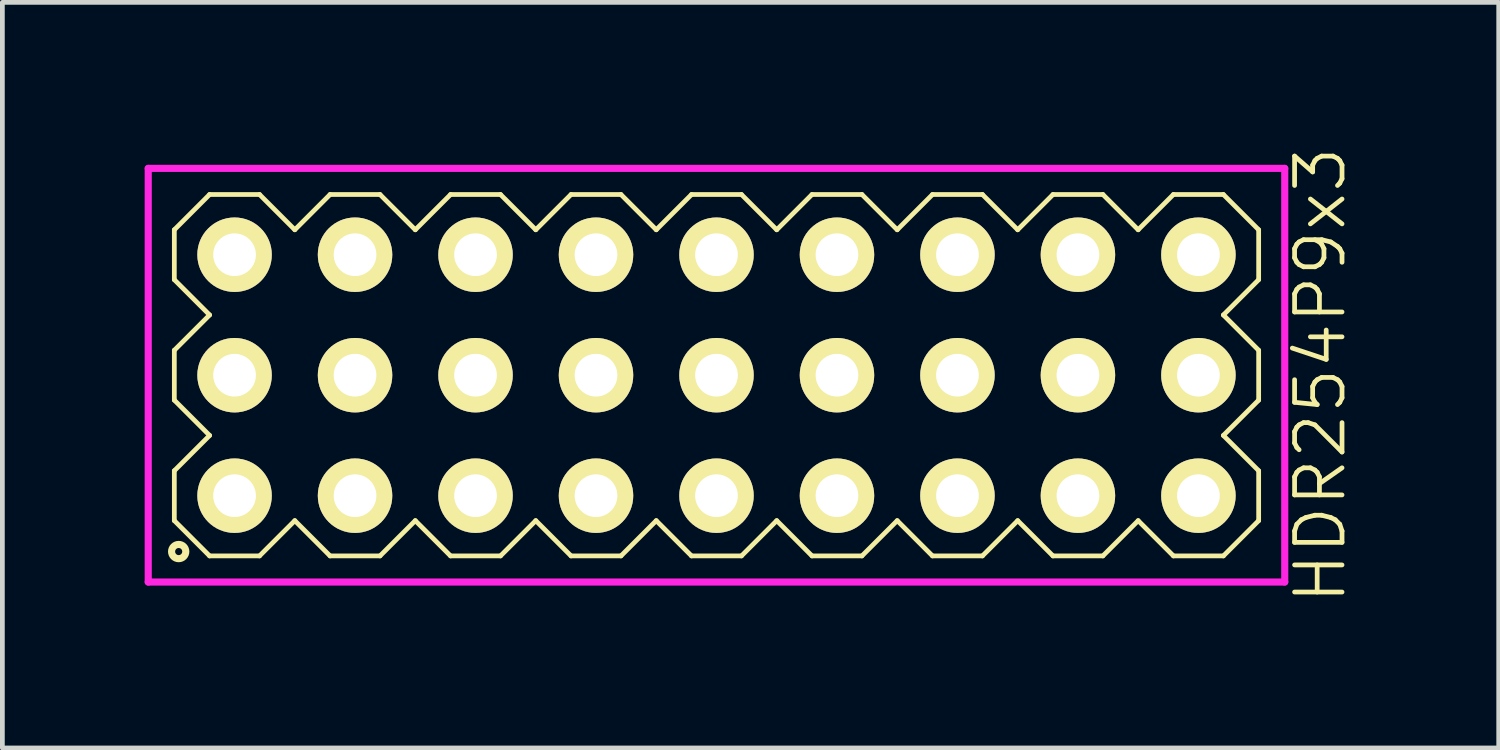
<source format=kicad_pcb>
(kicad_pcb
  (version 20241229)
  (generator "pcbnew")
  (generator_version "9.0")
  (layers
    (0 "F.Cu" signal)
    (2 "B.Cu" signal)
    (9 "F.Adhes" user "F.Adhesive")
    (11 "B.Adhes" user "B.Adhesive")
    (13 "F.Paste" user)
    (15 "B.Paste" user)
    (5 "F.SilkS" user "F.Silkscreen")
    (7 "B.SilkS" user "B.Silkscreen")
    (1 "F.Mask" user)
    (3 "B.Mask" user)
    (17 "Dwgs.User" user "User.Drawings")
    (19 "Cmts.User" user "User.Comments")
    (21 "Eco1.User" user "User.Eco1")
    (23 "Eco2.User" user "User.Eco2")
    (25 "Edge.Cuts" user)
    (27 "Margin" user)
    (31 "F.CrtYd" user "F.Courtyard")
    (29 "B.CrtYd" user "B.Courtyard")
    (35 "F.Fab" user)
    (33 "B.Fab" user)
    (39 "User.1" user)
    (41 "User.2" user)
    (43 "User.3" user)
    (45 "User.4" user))
  (footprint "HDR254P9x3"
    (layer "F.Cu")
    (at 12.055 4.86)
    (property "Reference" "HDR254P9x3" (at 12.73 0 90) (layer "F.SilkS") (effects (font (size 1 1) (thickness 0.1))))
    (attr through_hole)
    (fp_line (start -11.43 -3.066) (end -10.686 -3.81) (stroke (width 0.1) (type solid)) (layer "F.SilkS"))
    (fp_line (start -11.43 -2.014) (end -11.43 -3.066) (stroke (width 0.1) (type solid)) (layer "F.SilkS"))
    (fp_line (start -11.43 -0.526) (end -10.686 -1.27) (stroke (width 0.1) (type solid)) (layer "F.SilkS"))
    (fp_line (start -11.43 0.526) (end -11.43 -0.526) (stroke (width 0.1) (type solid)) (layer "F.SilkS"))
    (fp_line (start -11.43 2.014) (end -10.686 1.27) (stroke (width 0.1) (type solid)) (layer "F.SilkS"))
    (fp_line (start -11.43 3.066) (end -11.43 2.014) (stroke (width 0.1) (type solid)) (layer "F.SilkS"))
    (fp_line (start -10.686 -3.81) (end -9.634 -3.81) (stroke (width 0.1) (type solid)) (layer "F.SilkS"))
    (fp_line (start -10.686 -1.27) (end -11.43 -2.014) (stroke (width 0.1) (type solid)) (layer "F.SilkS"))
    (fp_line (start -10.686 1.27) (end -11.43 0.526) (stroke (width 0.1) (type solid)) (layer "F.SilkS"))
    (fp_line (start -10.686 3.81) (end -11.43 3.066) (stroke (width 0.1) (type solid)) (layer "F.SilkS"))
    (fp_line (start -9.634 -3.81) (end -8.89 -3.066) (stroke (width 0.1) (type solid)) (layer "F.SilkS"))
    (fp_line (start -9.634 3.81) (end -10.686 3.81) (stroke (width 0.1) (type solid)) (layer "F.SilkS"))
    (fp_line (start -8.89 -3.066) (end -8.146 -3.81) (stroke (width 0.1) (type solid)) (layer "F.SilkS"))
    (fp_line (start -8.89 3.066) (end -9.634 3.81) (stroke (width 0.1) (type solid)) (layer "F.SilkS"))
    (fp_line (start -8.146 -3.81) (end -7.094 -3.81) (stroke (width 0.1) (type solid)) (layer "F.SilkS"))
    (fp_line (start -8.146 3.81) (end -8.89 3.066) (stroke (width 0.1) (type solid)) (layer "F.SilkS"))
    (fp_line (start -7.094 -3.81) (end -6.35 -3.066) (stroke (width 0.1) (type solid)) (layer "F.SilkS"))
    (fp_line (start -7.094 3.81) (end -8.146 3.81) (stroke (width 0.1) (type solid)) (layer "F.SilkS"))
    (fp_line (start -6.35 -3.066) (end -5.606 -3.81) (stroke (width 0.1) (type solid)) (layer "F.SilkS"))
    (fp_line (start -6.35 3.066) (end -7.094 3.81) (stroke (width 0.1) (type solid)) (layer "F.SilkS"))
    (fp_line (start -5.606 -3.81) (end -4.554 -3.81) (stroke (width 0.1) (type solid)) (layer "F.SilkS"))
    (fp_line (start -5.606 3.81) (end -6.35 3.066) (stroke (width 0.1) (type solid)) (layer "F.SilkS"))
    (fp_line (start -4.554 -3.81) (end -3.81 -3.066) (stroke (width 0.1) (type solid)) (layer "F.SilkS"))
    (fp_line (start -4.554 3.81) (end -5.606 3.81) (stroke (width 0.1) (type solid)) (layer "F.SilkS"))
    (fp_line (start -3.81 -3.066) (end -3.066 -3.81) (stroke (width 0.1) (type solid)) (layer "F.SilkS"))
    (fp_line (start -3.81 3.066) (end -4.554 3.81) (stroke (width 0.1) (type solid)) (layer "F.SilkS"))
    (fp_line (start -3.066 -3.81) (end -2.014 -3.81) (stroke (width 0.1) (type solid)) (layer "F.SilkS"))
    (fp_line (start -3.066 3.81) (end -3.81 3.066) (stroke (width 0.1) (type solid)) (layer "F.SilkS"))
    (fp_line (start -2.014 -3.81) (end -1.27 -3.066) (stroke (width 0.1) (type solid)) (layer "F.SilkS"))
    (fp_line (start -2.014 3.81) (end -3.066 3.81) (stroke (width 0.1) (type solid)) (layer "F.SilkS"))
    (fp_line (start -1.27 -3.066) (end -0.526 -3.81) (stroke (width 0.1) (type solid)) (layer "F.SilkS"))
    (fp_line (start -1.27 3.066) (end -2.014 3.81) (stroke (width 0.1) (type solid)) (layer "F.SilkS"))
    (fp_line (start -0.526 -3.81) (end 0.526 -3.81) (stroke (width 0.1) (type solid)) (layer "F.SilkS"))
    (fp_line (start -0.526 3.81) (end -1.27 3.066) (stroke (width 0.1) (type solid)) (layer "F.SilkS"))
    (fp_line (start 0.526 -3.81) (end 1.27 -3.066) (stroke (width 0.1) (type solid)) (layer "F.SilkS"))
    (fp_line (start 0.526 3.81) (end -0.526 3.81) (stroke (width 0.1) (type solid)) (layer "F.SilkS"))
    (fp_line (start 1.27 -3.066) (end 2.014 -3.81) (stroke (width 0.1) (type solid)) (layer "F.SilkS"))
    (fp_line (start 1.27 3.066) (end 0.526 3.81) (stroke (width 0.1) (type solid)) (layer "F.SilkS"))
    (fp_line (start 2.014 -3.81) (end 3.066 -3.81) (stroke (width 0.1) (type solid)) (layer "F.SilkS"))
    (fp_line (start 2.014 3.81) (end 1.27 3.066) (stroke (width 0.1) (type solid)) (layer "F.SilkS"))
    (fp_line (start 3.066 -3.81) (end 3.81 -3.066) (stroke (width 0.1) (type solid)) (layer "F.SilkS"))
    (fp_line (start 3.066 3.81) (end 2.014 3.81) (stroke (width 0.1) (type solid)) (layer "F.SilkS"))
    (fp_line (start 3.81 -3.066) (end 4.554 -3.81) (stroke (width 0.1) (type solid)) (layer "F.SilkS"))
    (fp_line (start 3.81 3.066) (end 3.066 3.81) (stroke (width 0.1) (type solid)) (layer "F.SilkS"))
    (fp_line (start 4.554 -3.81) (end 5.606 -3.81) (stroke (width 0.1) (type solid)) (layer "F.SilkS"))
    (fp_line (start 4.554 3.81) (end 3.81 3.066) (stroke (width 0.1) (type solid)) (layer "F.SilkS"))
    (fp_line (start 5.606 -3.81) (end 6.35 -3.066) (stroke (width 0.1) (type solid)) (layer "F.SilkS"))
    (fp_line (start 5.606 3.81) (end 4.554 3.81) (stroke (width 0.1) (type solid)) (layer "F.SilkS"))
    (fp_line (start 6.35 -3.066) (end 7.094 -3.81) (stroke (width 0.1) (type solid)) (layer "F.SilkS"))
    (fp_line (start 6.35 3.066) (end 5.606 3.81) (stroke (width 0.1) (type solid)) (layer "F.SilkS"))
    (fp_line (start 7.094 -3.81) (end 8.146 -3.81) (stroke (width 0.1) (type solid)) (layer "F.SilkS"))
    (fp_line (start 7.094 3.81) (end 6.35 3.066) (stroke (width 0.1) (type solid)) (layer "F.SilkS"))
    (fp_line (start 8.146 -3.81) (end 8.89 -3.066) (stroke (width 0.1) (type solid)) (layer "F.SilkS"))
    (fp_line (start 8.146 3.81) (end 7.094 3.81) (stroke (width 0.1) (type solid)) (layer "F.SilkS"))
    (fp_line (start 8.89 -3.066) (end 9.634 -3.81) (stroke (width 0.1) (type solid)) (layer "F.SilkS"))
    (fp_line (start 8.89 3.066) (end 8.146 3.81) (stroke (width 0.1) (type solid)) (layer "F.SilkS"))
    (fp_line (start 9.634 -3.81) (end 10.686 -3.81) (stroke (width 0.1) (type solid)) (layer "F.SilkS"))
    (fp_line (start 9.634 3.81) (end 8.89 3.066) (stroke (width 0.1) (type solid)) (layer "F.SilkS"))
    (fp_line (start 10.686 -3.81) (end 11.43 -3.066) (stroke (width 0.1) (type solid)) (layer "F.SilkS"))
    (fp_line (start 10.686 -1.27) (end 11.43 -0.526) (stroke (width 0.1) (type solid)) (layer "F.SilkS"))
    (fp_line (start 10.686 1.27) (end 11.43 2.014) (stroke (width 0.1) (type solid)) (layer "F.SilkS"))
    (fp_line (start 10.686 3.81) (end 9.634 3.81) (stroke (width 0.1) (type solid)) (layer "F.SilkS"))
    (fp_line (start 11.43 -3.066) (end 11.43 -2.014) (stroke (width 0.1) (type solid)) (layer "F.SilkS"))
    (fp_line (start 11.43 -2.014) (end 10.686 -1.27) (stroke (width 0.1) (type solid)) (layer "F.SilkS"))
    (fp_line (start 11.43 -0.526) (end 11.43 0.526) (stroke (width 0.1) (type solid)) (layer "F.SilkS"))
    (fp_line (start 11.43 0.526) (end 10.686 1.27) (stroke (width 0.1) (type solid)) (layer "F.SilkS"))
    (fp_line (start 11.43 2.014) (end 11.43 3.066) (stroke (width 0.1) (type solid)) (layer "F.SilkS"))
    (fp_line (start 11.43 3.066) (end 10.686 3.81) (stroke (width 0.1) (type solid)) (layer "F.SilkS"))
    (fp_circle (center -11.338 3.718) (end -11.188 3.718) (stroke (width 0.15) (type solid)) (fill no) (layer "F.SilkS"))
    (fp_line (start -11.98 -4.36) (end -11.98 4.36) (stroke (width 0.15) (type solid)) (layer "F.CrtYd"))
    (fp_line (start -11.98 4.36) (end 11.98 4.36) (stroke (width 0.15) (type solid)) (layer "F.CrtYd"))
    (fp_line (start 11.98 -4.36) (end -11.98 -4.36) (stroke (width 0.15) (type solid)) (layer "F.CrtYd"))
    (fp_line (start 11.98 4.36) (end 11.98 -4.36) (stroke (width 0.15) (type solid)) (layer "F.CrtYd"))
    (pad "1" thru_hole oval (at -10.16 2.54) (size 1.57 1.57) (drill 0.9) (layers "*.Cu" "*.Mask" "F.SilkS"))
    (pad "2" thru_hole oval (at -10.16 0) (size 1.57 1.57) (drill 0.9) (layers "*.Cu" "*.Mask" "F.SilkS"))
    (pad "3" thru_hole oval (at -10.16 -2.54) (size 1.57 1.57) (drill 0.9) (layers "*.Cu" "*.Mask" "F.SilkS"))
    (pad "4" thru_hole oval (at -7.62 2.54) (size 1.57 1.57) (drill 0.9) (layers "*.Cu" "*.Mask" "F.SilkS"))
    (pad "5" thru_hole oval (at -7.62 0) (size 1.57 1.57) (drill 0.9) (layers "*.Cu" "*.Mask" "F.SilkS"))
    (pad "6" thru_hole oval (at -7.62 -2.54) (size 1.57 1.57) (drill 0.9) (layers "*.Cu" "*.Mask" "F.SilkS"))
    (pad "7" thru_hole oval (at -5.08 2.54) (size 1.57 1.57) (drill 0.9) (layers "*.Cu" "*.Mask" "F.SilkS"))
    (pad "8" thru_hole oval (at -5.08 0) (size 1.57 1.57) (drill 0.9) (layers "*.Cu" "*.Mask" "F.SilkS"))
    (pad "9" thru_hole oval (at -5.08 -2.54) (size 1.57 1.57) (drill 0.9) (layers "*.Cu" "*.Mask" "F.SilkS"))
    (pad "10" thru_hole oval (at -2.54 2.54) (size 1.57 1.57) (drill 0.9) (layers "*.Cu" "*.Mask" "F.SilkS"))
    (pad "11" thru_hole oval (at -2.54 0) (size 1.57 1.57) (drill 0.9) (layers "*.Cu" "*.Mask" "F.SilkS"))
    (pad "12" thru_hole oval (at -2.54 -2.54) (size 1.57 1.57) (drill 0.9) (layers "*.Cu" "*.Mask" "F.SilkS"))
    (pad "13" thru_hole oval (at 0 2.54) (size 1.57 1.57) (drill 0.9) (layers "*.Cu" "*.Mask" "F.SilkS"))
    (pad "14" thru_hole oval (at 0 0) (size 1.57 1.57) (drill 0.9) (layers "*.Cu" "*.Mask" "F.SilkS"))
    (pad "15" thru_hole oval (at 0 -2.54) (size 1.57 1.57) (drill 0.9) (layers "*.Cu" "*.Mask" "F.SilkS"))
    (pad "16" thru_hole oval (at 2.54 2.54) (size 1.57 1.57) (drill 0.9) (layers "*.Cu" "*.Mask" "F.SilkS"))
    (pad "17" thru_hole oval (at 2.54 0) (size 1.57 1.57) (drill 0.9) (layers "*.Cu" "*.Mask" "F.SilkS"))
    (pad "18" thru_hole oval (at 2.54 -2.54) (size 1.57 1.57) (drill 0.9) (layers "*.Cu" "*.Mask" "F.SilkS"))
    (pad "19" thru_hole oval (at 5.08 2.54) (size 1.57 1.57) (drill 0.9) (layers "*.Cu" "*.Mask" "F.SilkS"))
    (pad "20" thru_hole oval (at 5.08 0) (size 1.57 1.57) (drill 0.9) (layers "*.Cu" "*.Mask" "F.SilkS"))
    (pad "21" thru_hole oval (at 5.08 -2.54) (size 1.57 1.57) (drill 0.9) (layers "*.Cu" "*.Mask" "F.SilkS"))
    (pad "22" thru_hole oval (at 7.62 2.54) (size 1.57 1.57) (drill 0.9) (layers "*.Cu" "*.Mask" "F.SilkS"))
    (pad "23" thru_hole oval (at 7.62 0) (size 1.57 1.57) (drill 0.9) (layers "*.Cu" "*.Mask" "F.SilkS"))
    (pad "24" thru_hole oval (at 7.62 -2.54) (size 1.57 1.57) (drill 0.9) (layers "*.Cu" "*.Mask" "F.SilkS"))
    (pad "25" thru_hole oval (at 10.16 2.54) (size 1.57 1.57) (drill 0.9) (layers "*.Cu" "*.Mask" "F.SilkS"))
    (pad "26" thru_hole oval (at 10.16 0) (size 1.57 1.57) (drill 0.9) (layers "*.Cu" "*.Mask" "F.SilkS"))
    (pad "27" thru_hole oval (at 10.16 -2.54) (size 1.57 1.57) (drill 0.9) (layers "*.Cu" "*.Mask" "F.SilkS")))
  (gr_rect
    (start -3 -3)
    (end 28.546 12.719)
    (stroke (width 0.1) (type default))
    (fill no)
    (layer "Edge.Cuts")))
</source>
